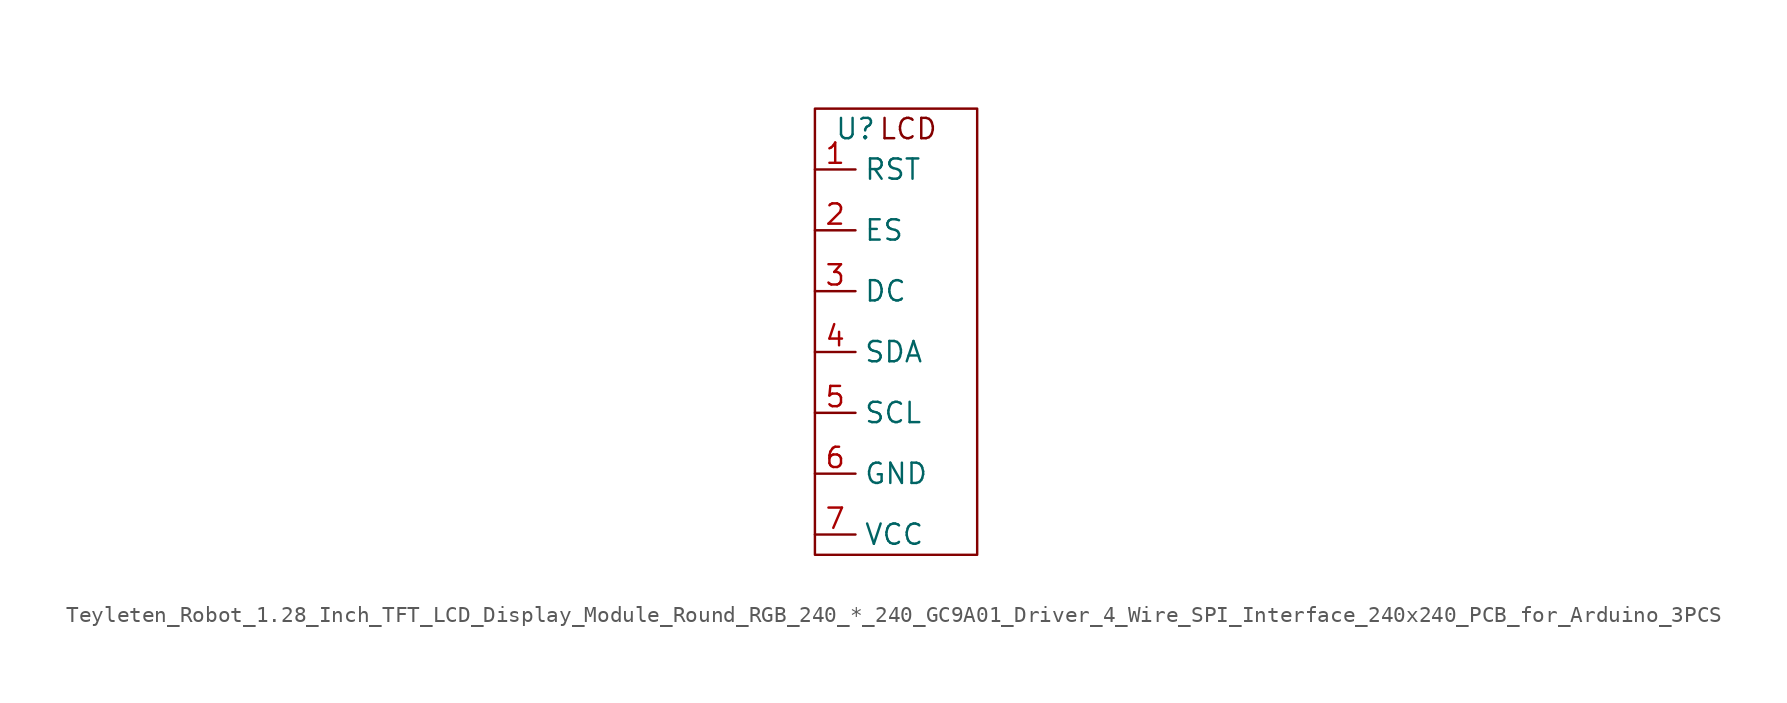
<source format=kicad_sym>
(kicad_symbol_lib
  (version 20231120)
  (generator "kicad_symbol_editor")
  (generator_version "8.0")
  (symbol "Teyleten_Robot_1.28_Inch_TFT_LCD_Display_Module_Round_RGB_240_*_240_GC9A01_Driver_4_Wire_SPI_Interface_240x240_PCB_for_Arduino_3PCS"
    (property "Reference" "U"
      (at 0 0 0)
      (effects (font (size 1.27 1.27))))
    (property "Value" ""
      (at 0 0 0)
      (effects (font (size 1.27 1.27))))
    (symbol "Teyleten_Robot_1.28_Inch_TFT_LCD_Display_Module_Round_RGB_240_*_240_GC9A01_Driver_4_Wire_SPI_Interface_240x240_PCB_for_Arduino_3PCS_1_1"
      (rectangle (start -2.54 -26.67) (end 7.62 1.27) (stroke (width 0) (type default)) (fill (type none)))
      (text "LCD" (at 3.302 0 0) (effects (font (size 1.27 1.27))))
      (pin input line (at -2.54 -2.54 0) (length 2.54) (name "RST" (effects (font (size 1.27 1.27)))) (number "1" (effects (font (size 1.27 1.27)))))
      (pin input line (at -2.54 -6.35 0) (length 2.54) (name "ES" (effects (font (size 1.27 1.27)))) (number "2" (effects (font (size 1.27 1.27)))))
      (pin input line (at -2.54 -10.16 0) (length 2.54) (name "DC" (effects (font (size 1.27 1.27)))) (number "3" (effects (font (size 1.27 1.27)))))
      (pin input line (at -2.54 -13.97 0) (length 2.54) (name "SDA" (effects (font (size 1.27 1.27)))) (number "4" (effects (font (size 1.27 1.27)))))
      (pin input line (at -2.54 -17.78 0) (length 2.54) (name "SCL" (effects (font (size 1.27 1.27)))) (number "5" (effects (font (size 1.27 1.27)))))
      (pin input line (at -2.54 -21.59 0) (length 2.54) (name "GND" (effects (font (size 1.27 1.27)))) (number "6" (effects (font (size 1.27 1.27)))))
      (pin input line (at -2.54 -25.4 0) (length 2.54) (name "VCC" (effects (font (size 1.27 1.27)))) (number "7" (effects (font (size 1.27 1.27))))))))
</source>
